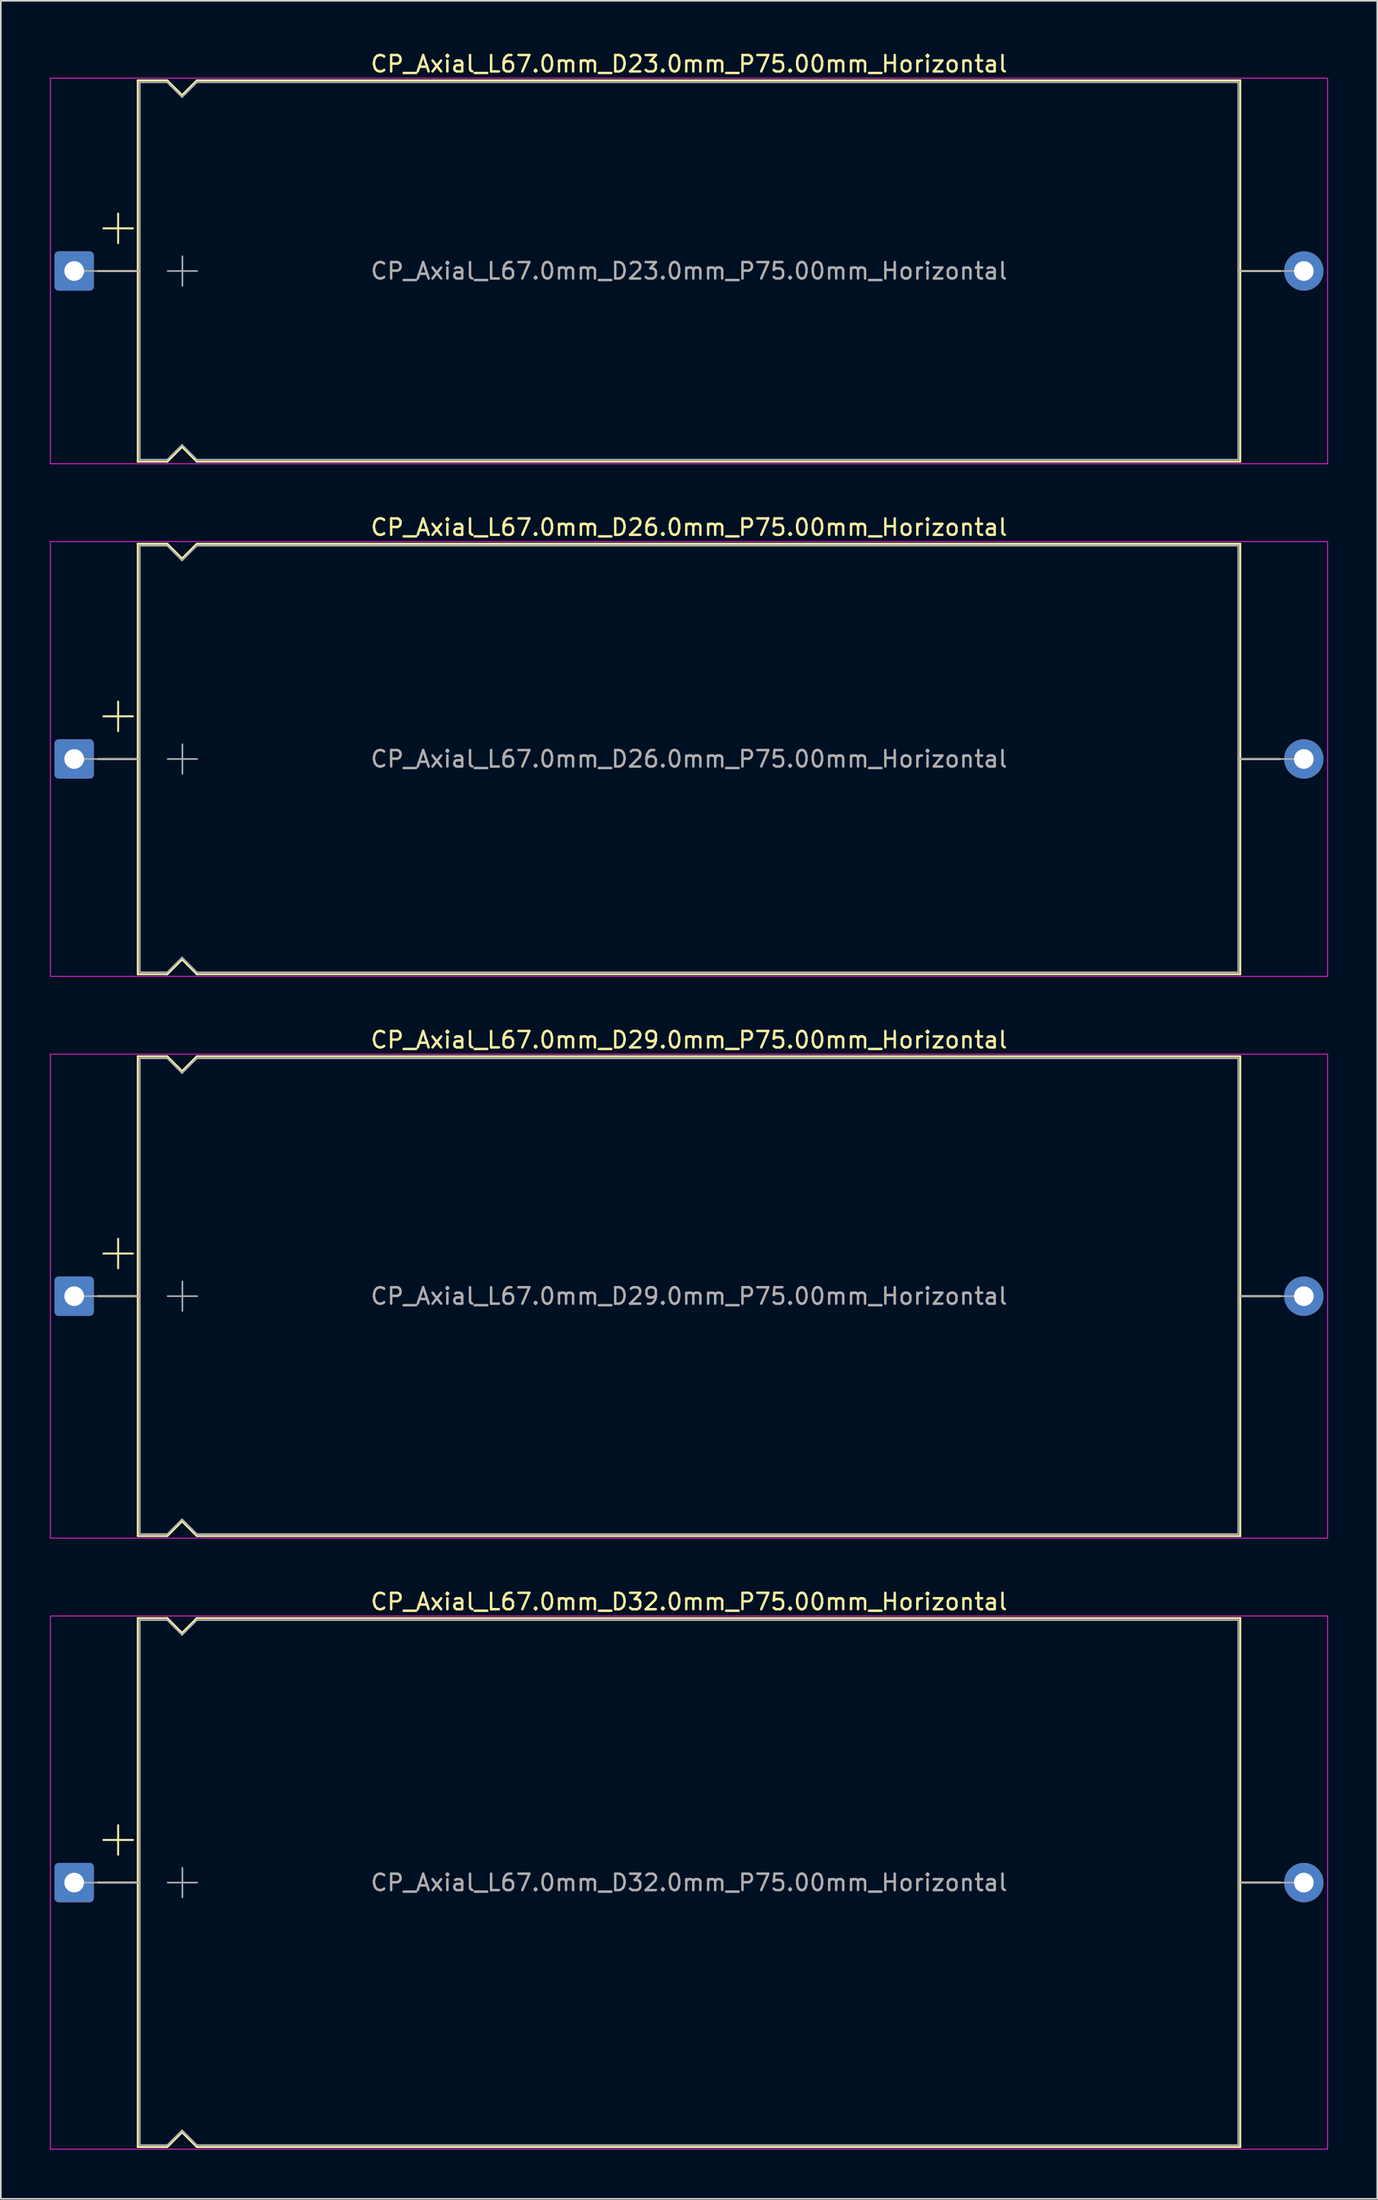
<source format=kicad_pcb>
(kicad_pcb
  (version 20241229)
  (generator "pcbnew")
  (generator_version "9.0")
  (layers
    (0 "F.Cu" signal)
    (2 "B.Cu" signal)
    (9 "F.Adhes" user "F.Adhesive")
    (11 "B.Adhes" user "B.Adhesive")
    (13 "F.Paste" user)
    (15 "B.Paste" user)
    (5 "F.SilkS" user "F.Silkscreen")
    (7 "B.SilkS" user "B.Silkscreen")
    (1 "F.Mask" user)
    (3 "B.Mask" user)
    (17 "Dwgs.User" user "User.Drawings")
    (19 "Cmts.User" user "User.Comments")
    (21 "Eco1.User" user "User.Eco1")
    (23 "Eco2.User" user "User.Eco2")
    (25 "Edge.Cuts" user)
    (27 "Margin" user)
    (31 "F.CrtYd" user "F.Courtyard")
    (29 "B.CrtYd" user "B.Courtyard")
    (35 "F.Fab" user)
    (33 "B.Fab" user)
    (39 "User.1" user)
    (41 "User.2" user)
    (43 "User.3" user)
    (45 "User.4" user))
  (footprint "CP_Axial_L67.0mm_D26.0mm_P75.00mm_Horizontal"
    (layer "F.Cu")
    (at 1.475 43.212)
    (property "Reference" "CP_Axial_L67.0mm_D26.0mm_P75.00mm_Horizontal" (at 37.5 -14.12 0) (layer "F.SilkS") (effects (font (size 1 1) (thickness 0.15))))
    (attr through_hole)
    (fp_line (start 1.44 0) (end 3.88 0) (stroke (width 0.12) (type solid)) (layer "F.SilkS"))
    (fp_line (start 1.78 -2.6) (end 3.58 -2.6) (stroke (width 0.12) (type solid)) (layer "F.SilkS"))
    (fp_line (start 2.68 -3.5) (end 2.68 -1.7) (stroke (width 0.12) (type solid)) (layer "F.SilkS"))
    (fp_line (start 3.88 -13.12) (end 3.88 13.12) (stroke (width 0.12) (type solid)) (layer "F.SilkS"))
    (fp_line (start 3.88 -13.12) (end 5.68 -13.12) (stroke (width 0.12) (type solid)) (layer "F.SilkS"))
    (fp_line (start 3.88 13.12) (end 5.68 13.12) (stroke (width 0.12) (type solid)) (layer "F.SilkS"))
    (fp_line (start 5.68 -13.12) (end 6.58 -12.22) (stroke (width 0.12) (type solid)) (layer "F.SilkS"))
    (fp_line (start 5.68 13.12) (end 6.58 12.22) (stroke (width 0.12) (type solid)) (layer "F.SilkS"))
    (fp_line (start 6.58 -12.22) (end 7.48 -13.12) (stroke (width 0.12) (type solid)) (layer "F.SilkS"))
    (fp_line (start 6.58 12.22) (end 7.48 13.12) (stroke (width 0.12) (type solid)) (layer "F.SilkS"))
    (fp_line (start 7.48 -13.12) (end 71.12 -13.12) (stroke (width 0.12) (type solid)) (layer "F.SilkS"))
    (fp_line (start 7.48 13.12) (end 71.12 13.12) (stroke (width 0.12) (type solid)) (layer "F.SilkS"))
    (fp_line (start 71.12 -13.12) (end 71.12 13.12) (stroke (width 0.12) (type solid)) (layer "F.SilkS"))
    (fp_line (start 73.56 0) (end 71.12 0) (stroke (width 0.12) (type solid)) (layer "F.SilkS"))
    (fp_rect (start -1.45 -13.25) (end 76.45 13.25) (stroke (width 0.05) (type solid)) (fill no) (layer "F.CrtYd"))
    (fp_line (start 0 0) (end 4 0) (stroke (width 0.1) (type solid)) (layer "F.Fab"))
    (fp_line (start 4 -13) (end 4 13) (stroke (width 0.1) (type solid)) (layer "F.Fab"))
    (fp_line (start 4 -13) (end 5.68 -13) (stroke (width 0.1) (type solid)) (layer "F.Fab"))
    (fp_line (start 4 13) (end 5.68 13) (stroke (width 0.1) (type solid)) (layer "F.Fab"))
    (fp_line (start 5.68 -13) (end 6.58 -12.1) (stroke (width 0.1) (type solid)) (layer "F.Fab"))
    (fp_line (start 5.68 13) (end 6.58 12.1) (stroke (width 0.1) (type solid)) (layer "F.Fab"))
    (fp_line (start 5.7 0) (end 7.5 0) (stroke (width 0.1) (type solid)) (layer "F.Fab"))
    (fp_line (start 6.58 -12.1) (end 7.48 -13) (stroke (width 0.1) (type solid)) (layer "F.Fab"))
    (fp_line (start 6.58 12.1) (end 7.48 13) (stroke (width 0.1) (type solid)) (layer "F.Fab"))
    (fp_line (start 6.6 -0.9) (end 6.6 0.9) (stroke (width 0.1) (type solid)) (layer "F.Fab"))
    (fp_line (start 7.48 -13) (end 71 -13) (stroke (width 0.1) (type solid)) (layer "F.Fab"))
    (fp_line (start 7.48 13) (end 71 13) (stroke (width 0.1) (type solid)) (layer "F.Fab"))
    (fp_line (start 71 -13) (end 71 13) (stroke (width 0.1) (type solid)) (layer "F.Fab"))
    (fp_line (start 75 0) (end 71 0) (stroke (width 0.1) (type solid)) (layer "F.Fab"))
    (fp_text user "${REFERENCE}" (at 37.5 0 0) (layer "F.Fab") (effects (font (size 1 1) (thickness 0.15))))
    (pad "1" thru_hole roundrect (at 0 0) (size 2.4 2.4) (drill 1.2) (layers "*.Cu" "*.Mask") (roundrect_rratio 0.104))
    (pad "2" thru_hole circle (at 75 0) (size 2.4 2.4) (drill 1.2) (layers "*.Cu" "*.Mask")))
  (footprint "CP_Axial_L67.0mm_D29.0mm_P75.00mm_Horizontal"
    (layer "F.Cu")
    (at 1.475 75.955)
    (property "Reference" "CP_Axial_L67.0mm_D29.0mm_P75.00mm_Horizontal" (at 37.5 -15.62 0) (layer "F.SilkS") (effects (font (size 1 1) (thickness 0.15))))
    (attr through_hole)
    (fp_line (start 1.44 0) (end 3.88 0) (stroke (width 0.12) (type solid)) (layer "F.SilkS"))
    (fp_line (start 1.78 -2.6) (end 3.58 -2.6) (stroke (width 0.12) (type solid)) (layer "F.SilkS"))
    (fp_line (start 2.68 -3.5) (end 2.68 -1.7) (stroke (width 0.12) (type solid)) (layer "F.SilkS"))
    (fp_line (start 3.88 -14.62) (end 3.88 14.62) (stroke (width 0.12) (type solid)) (layer "F.SilkS"))
    (fp_line (start 3.88 -14.62) (end 5.68 -14.62) (stroke (width 0.12) (type solid)) (layer "F.SilkS"))
    (fp_line (start 3.88 14.62) (end 5.68 14.62) (stroke (width 0.12) (type solid)) (layer "F.SilkS"))
    (fp_line (start 5.68 -14.62) (end 6.58 -13.72) (stroke (width 0.12) (type solid)) (layer "F.SilkS"))
    (fp_line (start 5.68 14.62) (end 6.58 13.72) (stroke (width 0.12) (type solid)) (layer "F.SilkS"))
    (fp_line (start 6.58 -13.72) (end 7.48 -14.62) (stroke (width 0.12) (type solid)) (layer "F.SilkS"))
    (fp_line (start 6.58 13.72) (end 7.48 14.62) (stroke (width 0.12) (type solid)) (layer "F.SilkS"))
    (fp_line (start 7.48 -14.62) (end 71.12 -14.62) (stroke (width 0.12) (type solid)) (layer "F.SilkS"))
    (fp_line (start 7.48 14.62) (end 71.12 14.62) (stroke (width 0.12) (type solid)) (layer "F.SilkS"))
    (fp_line (start 71.12 -14.62) (end 71.12 14.62) (stroke (width 0.12) (type solid)) (layer "F.SilkS"))
    (fp_line (start 73.56 0) (end 71.12 0) (stroke (width 0.12) (type solid)) (layer "F.SilkS"))
    (fp_rect (start -1.45 -14.75) (end 76.45 14.75) (stroke (width 0.05) (type solid)) (fill no) (layer "F.CrtYd"))
    (fp_line (start 0 0) (end 4 0) (stroke (width 0.1) (type solid)) (layer "F.Fab"))
    (fp_line (start 4 -14.5) (end 4 14.5) (stroke (width 0.1) (type solid)) (layer "F.Fab"))
    (fp_line (start 4 -14.5) (end 5.68 -14.5) (stroke (width 0.1) (type solid)) (layer "F.Fab"))
    (fp_line (start 4 14.5) (end 5.68 14.5) (stroke (width 0.1) (type solid)) (layer "F.Fab"))
    (fp_line (start 5.68 -14.5) (end 6.58 -13.6) (stroke (width 0.1) (type solid)) (layer "F.Fab"))
    (fp_line (start 5.68 14.5) (end 6.58 13.6) (stroke (width 0.1) (type solid)) (layer "F.Fab"))
    (fp_line (start 5.7 0) (end 7.5 0) (stroke (width 0.1) (type solid)) (layer "F.Fab"))
    (fp_line (start 6.58 -13.6) (end 7.48 -14.5) (stroke (width 0.1) (type solid)) (layer "F.Fab"))
    (fp_line (start 6.58 13.6) (end 7.48 14.5) (stroke (width 0.1) (type solid)) (layer "F.Fab"))
    (fp_line (start 6.6 -0.9) (end 6.6 0.9) (stroke (width 0.1) (type solid)) (layer "F.Fab"))
    (fp_line (start 7.48 -14.5) (end 71 -14.5) (stroke (width 0.1) (type solid)) (layer "F.Fab"))
    (fp_line (start 7.48 14.5) (end 71 14.5) (stroke (width 0.1) (type solid)) (layer "F.Fab"))
    (fp_line (start 71 -14.5) (end 71 14.5) (stroke (width 0.1) (type solid)) (layer "F.Fab"))
    (fp_line (start 75 0) (end 71 0) (stroke (width 0.1) (type solid)) (layer "F.Fab"))
    (fp_text user "${REFERENCE}" (at 37.5 0 0) (layer "F.Fab") (effects (font (size 1 1) (thickness 0.15))))
    (pad "1" thru_hole roundrect (at 0 0) (size 2.4 2.4) (drill 1.2) (layers "*.Cu" "*.Mask") (roundrect_rratio 0.104))
    (pad "2" thru_hole circle (at 75 0) (size 2.4 2.4) (drill 1.2) (layers "*.Cu" "*.Mask")))
  (footprint "CP_Axial_L67.0mm_D23.0mm_P75.00mm_Horizontal"
    (layer "F.Cu")
    (at 1.475 13.468)
    (property "Reference" "CP_Axial_L67.0mm_D23.0mm_P75.00mm_Horizontal" (at 37.5 -12.62 0) (layer "F.SilkS") (effects (font (size 1 1) (thickness 0.15))))
    (attr through_hole)
    (fp_line (start 1.44 0) (end 3.88 0) (stroke (width 0.12) (type solid)) (layer "F.SilkS"))
    (fp_line (start 1.78 -2.6) (end 3.58 -2.6) (stroke (width 0.12) (type solid)) (layer "F.SilkS"))
    (fp_line (start 2.68 -3.5) (end 2.68 -1.7) (stroke (width 0.12) (type solid)) (layer "F.SilkS"))
    (fp_line (start 3.88 -11.62) (end 3.88 11.62) (stroke (width 0.12) (type solid)) (layer "F.SilkS"))
    (fp_line (start 3.88 -11.62) (end 5.68 -11.62) (stroke (width 0.12) (type solid)) (layer "F.SilkS"))
    (fp_line (start 3.88 11.62) (end 5.68 11.62) (stroke (width 0.12) (type solid)) (layer "F.SilkS"))
    (fp_line (start 5.68 -11.62) (end 6.58 -10.72) (stroke (width 0.12) (type solid)) (layer "F.SilkS"))
    (fp_line (start 5.68 11.62) (end 6.58 10.72) (stroke (width 0.12) (type solid)) (layer "F.SilkS"))
    (fp_line (start 6.58 -10.72) (end 7.48 -11.62) (stroke (width 0.12) (type solid)) (layer "F.SilkS"))
    (fp_line (start 6.58 10.72) (end 7.48 11.62) (stroke (width 0.12) (type solid)) (layer "F.SilkS"))
    (fp_line (start 7.48 -11.62) (end 71.12 -11.62) (stroke (width 0.12) (type solid)) (layer "F.SilkS"))
    (fp_line (start 7.48 11.62) (end 71.12 11.62) (stroke (width 0.12) (type solid)) (layer "F.SilkS"))
    (fp_line (start 71.12 -11.62) (end 71.12 11.62) (stroke (width 0.12) (type solid)) (layer "F.SilkS"))
    (fp_line (start 73.56 0) (end 71.12 0) (stroke (width 0.12) (type solid)) (layer "F.SilkS"))
    (fp_rect (start -1.45 -11.75) (end 76.45 11.75) (stroke (width 0.05) (type solid)) (fill no) (layer "F.CrtYd"))
    (fp_line (start 0 0) (end 4 0) (stroke (width 0.1) (type solid)) (layer "F.Fab"))
    (fp_line (start 4 -11.5) (end 4 11.5) (stroke (width 0.1) (type solid)) (layer "F.Fab"))
    (fp_line (start 4 -11.5) (end 5.68 -11.5) (stroke (width 0.1) (type solid)) (layer "F.Fab"))
    (fp_line (start 4 11.5) (end 5.68 11.5) (stroke (width 0.1) (type solid)) (layer "F.Fab"))
    (fp_line (start 5.68 -11.5) (end 6.58 -10.6) (stroke (width 0.1) (type solid)) (layer "F.Fab"))
    (fp_line (start 5.68 11.5) (end 6.58 10.6) (stroke (width 0.1) (type solid)) (layer "F.Fab"))
    (fp_line (start 5.7 0) (end 7.5 0) (stroke (width 0.1) (type solid)) (layer "F.Fab"))
    (fp_line (start 6.58 -10.6) (end 7.48 -11.5) (stroke (width 0.1) (type solid)) (layer "F.Fab"))
    (fp_line (start 6.58 10.6) (end 7.48 11.5) (stroke (width 0.1) (type solid)) (layer "F.Fab"))
    (fp_line (start 6.6 -0.9) (end 6.6 0.9) (stroke (width 0.1) (type solid)) (layer "F.Fab"))
    (fp_line (start 7.48 -11.5) (end 71 -11.5) (stroke (width 0.1) (type solid)) (layer "F.Fab"))
    (fp_line (start 7.48 11.5) (end 71 11.5) (stroke (width 0.1) (type solid)) (layer "F.Fab"))
    (fp_line (start 71 -11.5) (end 71 11.5) (stroke (width 0.1) (type solid)) (layer "F.Fab"))
    (fp_line (start 75 0) (end 71 0) (stroke (width 0.1) (type solid)) (layer "F.Fab"))
    (fp_text user "${REFERENCE}" (at 37.5 0 0) (layer "F.Fab") (effects (font (size 1 1) (thickness 0.15))))
    (pad "1" thru_hole roundrect (at 0 0) (size 2.4 2.4) (drill 1.2) (layers "*.Cu" "*.Mask") (roundrect_rratio 0.104))
    (pad "2" thru_hole circle (at 75 0) (size 2.4 2.4) (drill 1.2) (layers "*.Cu" "*.Mask")))
  (footprint "CP_Axial_L67.0mm_D32.0mm_P75.00mm_Horizontal"
    (layer "F.Cu")
    (at 1.475 111.698)
    (property "Reference" "CP_Axial_L67.0mm_D32.0mm_P75.00mm_Horizontal" (at 37.5 -17.12 0) (layer "F.SilkS") (effects (font (size 1 1) (thickness 0.15))))
    (attr through_hole)
    (fp_line (start 1.44 0) (end 3.88 0) (stroke (width 0.12) (type solid)) (layer "F.SilkS"))
    (fp_line (start 1.78 -2.6) (end 3.58 -2.6) (stroke (width 0.12) (type solid)) (layer "F.SilkS"))
    (fp_line (start 2.68 -3.5) (end 2.68 -1.7) (stroke (width 0.12) (type solid)) (layer "F.SilkS"))
    (fp_line (start 3.88 -16.12) (end 3.88 16.12) (stroke (width 0.12) (type solid)) (layer "F.SilkS"))
    (fp_line (start 3.88 -16.12) (end 5.68 -16.12) (stroke (width 0.12) (type solid)) (layer "F.SilkS"))
    (fp_line (start 3.88 16.12) (end 5.68 16.12) (stroke (width 0.12) (type solid)) (layer "F.SilkS"))
    (fp_line (start 5.68 -16.12) (end 6.58 -15.22) (stroke (width 0.12) (type solid)) (layer "F.SilkS"))
    (fp_line (start 5.68 16.12) (end 6.58 15.22) (stroke (width 0.12) (type solid)) (layer "F.SilkS"))
    (fp_line (start 6.58 -15.22) (end 7.48 -16.12) (stroke (width 0.12) (type solid)) (layer "F.SilkS"))
    (fp_line (start 6.58 15.22) (end 7.48 16.12) (stroke (width 0.12) (type solid)) (layer "F.SilkS"))
    (fp_line (start 7.48 -16.12) (end 71.12 -16.12) (stroke (width 0.12) (type solid)) (layer "F.SilkS"))
    (fp_line (start 7.48 16.12) (end 71.12 16.12) (stroke (width 0.12) (type solid)) (layer "F.SilkS"))
    (fp_line (start 71.12 -16.12) (end 71.12 16.12) (stroke (width 0.12) (type solid)) (layer "F.SilkS"))
    (fp_line (start 73.56 0) (end 71.12 0) (stroke (width 0.12) (type solid)) (layer "F.SilkS"))
    (fp_rect (start -1.45 -16.25) (end 76.45 16.25) (stroke (width 0.05) (type solid)) (fill no) (layer "F.CrtYd"))
    (fp_line (start 0 0) (end 4 0) (stroke (width 0.1) (type solid)) (layer "F.Fab"))
    (fp_line (start 4 -16) (end 4 16) (stroke (width 0.1) (type solid)) (layer "F.Fab"))
    (fp_line (start 4 -16) (end 5.68 -16) (stroke (width 0.1) (type solid)) (layer "F.Fab"))
    (fp_line (start 4 16) (end 5.68 16) (stroke (width 0.1) (type solid)) (layer "F.Fab"))
    (fp_line (start 5.68 -16) (end 6.58 -15.1) (stroke (width 0.1) (type solid)) (layer "F.Fab"))
    (fp_line (start 5.68 16) (end 6.58 15.1) (stroke (width 0.1) (type solid)) (layer "F.Fab"))
    (fp_line (start 5.7 0) (end 7.5 0) (stroke (width 0.1) (type solid)) (layer "F.Fab"))
    (fp_line (start 6.58 -15.1) (end 7.48 -16) (stroke (width 0.1) (type solid)) (layer "F.Fab"))
    (fp_line (start 6.58 15.1) (end 7.48 16) (stroke (width 0.1) (type solid)) (layer "F.Fab"))
    (fp_line (start 6.6 -0.9) (end 6.6 0.9) (stroke (width 0.1) (type solid)) (layer "F.Fab"))
    (fp_line (start 7.48 -16) (end 71 -16) (stroke (width 0.1) (type solid)) (layer "F.Fab"))
    (fp_line (start 7.48 16) (end 71 16) (stroke (width 0.1) (type solid)) (layer "F.Fab"))
    (fp_line (start 71 -16) (end 71 16) (stroke (width 0.1) (type solid)) (layer "F.Fab"))
    (fp_line (start 75 0) (end 71 0) (stroke (width 0.1) (type solid)) (layer "F.Fab"))
    (fp_text user "${REFERENCE}" (at 37.5 0 0) (layer "F.Fab") (effects (font (size 1 1) (thickness 0.15))))
    (pad "1" thru_hole roundrect (at 0 0) (size 2.4 2.4) (drill 1.2) (layers "*.Cu" "*.Mask") (roundrect_rratio 0.104))
    (pad "2" thru_hole circle (at 75 0) (size 2.4 2.4) (drill 1.2) (layers "*.Cu" "*.Mask")))
  (gr_rect
    (start -3 -3)
    (end 80.95 130.973)
    (stroke (width 0.1) (type default))
    (fill no)
    (layer "Edge.Cuts")))
</source>
